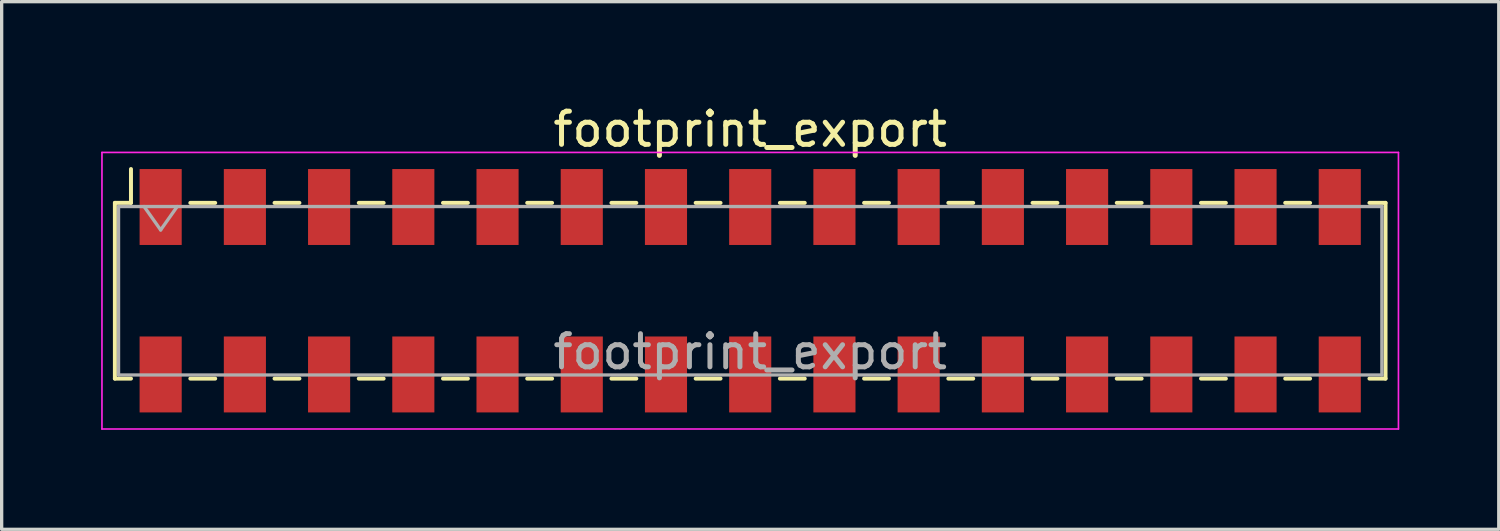
<source format=kicad_pcb>
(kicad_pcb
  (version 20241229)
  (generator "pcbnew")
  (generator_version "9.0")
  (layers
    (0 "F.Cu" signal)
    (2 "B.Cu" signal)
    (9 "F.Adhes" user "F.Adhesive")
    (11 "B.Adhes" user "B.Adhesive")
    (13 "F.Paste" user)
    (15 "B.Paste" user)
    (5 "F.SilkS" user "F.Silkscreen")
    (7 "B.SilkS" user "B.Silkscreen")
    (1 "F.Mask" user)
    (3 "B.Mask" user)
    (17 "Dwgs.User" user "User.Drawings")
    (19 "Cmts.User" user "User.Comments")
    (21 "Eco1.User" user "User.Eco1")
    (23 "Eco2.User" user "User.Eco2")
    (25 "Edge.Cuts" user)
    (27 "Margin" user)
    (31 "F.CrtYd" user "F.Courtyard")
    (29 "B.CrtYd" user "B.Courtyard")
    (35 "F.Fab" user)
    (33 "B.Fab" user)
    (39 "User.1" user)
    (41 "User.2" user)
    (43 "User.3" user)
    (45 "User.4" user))
  (footprint "footprint_export"
    (layer "F.Cu")
    (at 19.575 5.718)
    (property "Reference" "footprint_export" (at 0 -4.87 0) (layer "F.SilkS") (effects (font (size 1 1) (thickness 0.15))))
    (attr smd)
    (fp_line (start -19.16 -2.65) (end -19.16 2.65) (stroke (width 0.12) (type solid)) (layer "F.SilkS"))
    (fp_line (start -19.16 2.65) (end -18.675 2.65) (stroke (width 0.12) (type solid)) (layer "F.SilkS"))
    (fp_line (start -18.675 -3.67) (end -18.675 -2.65) (stroke (width 0.12) (type solid)) (layer "F.SilkS"))
    (fp_line (start -18.675 -2.65) (end -19.16 -2.65) (stroke (width 0.12) (type solid)) (layer "F.SilkS"))
    (fp_line (start -16.885 -2.65) (end -16.135 -2.65) (stroke (width 0.12) (type solid)) (layer "F.SilkS"))
    (fp_line (start -16.885 2.65) (end -16.135 2.65) (stroke (width 0.12) (type solid)) (layer "F.SilkS"))
    (fp_line (start -14.345 -2.65) (end -13.595 -2.65) (stroke (width 0.12) (type solid)) (layer "F.SilkS"))
    (fp_line (start -14.345 2.65) (end -13.595 2.65) (stroke (width 0.12) (type solid)) (layer "F.SilkS"))
    (fp_line (start -11.805 -2.65) (end -11.055 -2.65) (stroke (width 0.12) (type solid)) (layer "F.SilkS"))
    (fp_line (start -11.805 2.65) (end -11.055 2.65) (stroke (width 0.12) (type solid)) (layer "F.SilkS"))
    (fp_line (start -9.265 -2.65) (end -8.515 -2.65) (stroke (width 0.12) (type solid)) (layer "F.SilkS"))
    (fp_line (start -9.265 2.65) (end -8.515 2.65) (stroke (width 0.12) (type solid)) (layer "F.SilkS"))
    (fp_line (start -6.725 -2.65) (end -5.975 -2.65) (stroke (width 0.12) (type solid)) (layer "F.SilkS"))
    (fp_line (start -6.725 2.65) (end -5.975 2.65) (stroke (width 0.12) (type solid)) (layer "F.SilkS"))
    (fp_line (start -4.185 -2.65) (end -3.435 -2.65) (stroke (width 0.12) (type solid)) (layer "F.SilkS"))
    (fp_line (start -4.185 2.65) (end -3.435 2.65) (stroke (width 0.12) (type solid)) (layer "F.SilkS"))
    (fp_line (start -1.645 -2.65) (end -0.895 -2.65) (stroke (width 0.12) (type solid)) (layer "F.SilkS"))
    (fp_line (start -1.645 2.65) (end -0.895 2.65) (stroke (width 0.12) (type solid)) (layer "F.SilkS"))
    (fp_line (start 0.895 -2.65) (end 1.645 -2.65) (stroke (width 0.12) (type solid)) (layer "F.SilkS"))
    (fp_line (start 0.895 2.65) (end 1.645 2.65) (stroke (width 0.12) (type solid)) (layer "F.SilkS"))
    (fp_line (start 3.435 -2.65) (end 4.185 -2.65) (stroke (width 0.12) (type solid)) (layer "F.SilkS"))
    (fp_line (start 3.435 2.65) (end 4.185 2.65) (stroke (width 0.12) (type solid)) (layer "F.SilkS"))
    (fp_line (start 5.975 -2.65) (end 6.725 -2.65) (stroke (width 0.12) (type solid)) (layer "F.SilkS"))
    (fp_line (start 5.975 2.65) (end 6.725 2.65) (stroke (width 0.12) (type solid)) (layer "F.SilkS"))
    (fp_line (start 8.515 -2.65) (end 9.265 -2.65) (stroke (width 0.12) (type solid)) (layer "F.SilkS"))
    (fp_line (start 8.515 2.65) (end 9.265 2.65) (stroke (width 0.12) (type solid)) (layer "F.SilkS"))
    (fp_line (start 11.055 -2.65) (end 11.805 -2.65) (stroke (width 0.12) (type solid)) (layer "F.SilkS"))
    (fp_line (start 11.055 2.65) (end 11.805 2.65) (stroke (width 0.12) (type solid)) (layer "F.SilkS"))
    (fp_line (start 13.595 -2.65) (end 14.345 -2.65) (stroke (width 0.12) (type solid)) (layer "F.SilkS"))
    (fp_line (start 13.595 2.65) (end 14.345 2.65) (stroke (width 0.12) (type solid)) (layer "F.SilkS"))
    (fp_line (start 16.135 -2.65) (end 16.885 -2.65) (stroke (width 0.12) (type solid)) (layer "F.SilkS"))
    (fp_line (start 16.135 2.65) (end 16.885 2.65) (stroke (width 0.12) (type solid)) (layer "F.SilkS"))
    (fp_line (start 18.675 -2.65) (end 19.16 -2.65) (stroke (width 0.12) (type solid)) (layer "F.SilkS"))
    (fp_line (start 19.16 -2.65) (end 19.16 2.65) (stroke (width 0.12) (type solid)) (layer "F.SilkS"))
    (fp_line (start 19.16 2.65) (end 18.675 2.65) (stroke (width 0.12) (type solid)) (layer "F.SilkS"))
    (fp_line (start -19.55 -4.17) (end 19.55 -4.17) (stroke (width 0.05) (type solid)) (layer "F.CrtYd"))
    (fp_line (start -19.55 4.17) (end -19.55 -4.17) (stroke (width 0.05) (type solid)) (layer "F.CrtYd"))
    (fp_line (start 19.55 -4.17) (end 19.55 4.17) (stroke (width 0.05) (type solid)) (layer "F.CrtYd"))
    (fp_line (start 19.55 4.17) (end -19.55 4.17) (stroke (width 0.05) (type solid)) (layer "F.CrtYd"))
    (fp_line (start -19.05 -2.54) (end 19.05 -2.54) (stroke (width 0.1) (type solid)) (layer "F.Fab"))
    (fp_line (start -19.05 2.54) (end -19.05 -2.54) (stroke (width 0.1) (type solid)) (layer "F.Fab"))
    (fp_line (start -18.28 -2.54) (end -17.78 -1.833) (stroke (width 0.1) (type solid)) (layer "F.Fab"))
    (fp_line (start -17.78 -1.833) (end -17.28 -2.54) (stroke (width 0.1) (type solid)) (layer "F.Fab"))
    (fp_line (start 19.05 -2.54) (end 19.05 2.54) (stroke (width 0.1) (type solid)) (layer "F.Fab"))
    (fp_line (start 19.05 2.54) (end -19.05 2.54) (stroke (width 0.1) (type solid)) (layer "F.Fab"))
    (fp_text user "${REFERENCE}" (at 0 1.84 0) (layer "F.Fab") (effects (font (size 1 1) (thickness 0.15))))
    (pad "1" smd rect (at -17.78 -2.525) (size 1.27 2.29) (layers "F.Cu" "F.Mask" "F.Paste"))
    (pad "2" smd rect (at -17.78 2.525) (size 1.27 2.29) (layers "F.Cu" "F.Mask" "F.Paste"))
    (pad "3" smd rect (at -15.24 -2.525) (size 1.27 2.29) (layers "F.Cu" "F.Mask" "F.Paste"))
    (pad "4" smd rect (at -15.24 2.525) (size 1.27 2.29) (layers "F.Cu" "F.Mask" "F.Paste"))
    (pad "5" smd rect (at -12.7 -2.525) (size 1.27 2.29) (layers "F.Cu" "F.Mask" "F.Paste"))
    (pad "6" smd rect (at -12.7 2.525) (size 1.27 2.29) (layers "F.Cu" "F.Mask" "F.Paste"))
    (pad "7" smd rect (at -10.16 -2.525) (size 1.27 2.29) (layers "F.Cu" "F.Mask" "F.Paste"))
    (pad "8" smd rect (at -10.16 2.525) (size 1.27 2.29) (layers "F.Cu" "F.Mask" "F.Paste"))
    (pad "9" smd rect (at -7.62 -2.525) (size 1.27 2.29) (layers "F.Cu" "F.Mask" "F.Paste"))
    (pad "10" smd rect (at -7.62 2.525) (size 1.27 2.29) (layers "F.Cu" "F.Mask" "F.Paste"))
    (pad "11" smd rect (at -5.08 -2.525) (size 1.27 2.29) (layers "F.Cu" "F.Mask" "F.Paste"))
    (pad "12" smd rect (at -5.08 2.525) (size 1.27 2.29) (layers "F.Cu" "F.Mask" "F.Paste"))
    (pad "13" smd rect (at -2.54 -2.525) (size 1.27 2.29) (layers "F.Cu" "F.Mask" "F.Paste"))
    (pad "14" smd rect (at -2.54 2.525) (size 1.27 2.29) (layers "F.Cu" "F.Mask" "F.Paste"))
    (pad "15" smd rect (at 0 -2.525) (size 1.27 2.29) (layers "F.Cu" "F.Mask" "F.Paste"))
    (pad "16" smd rect (at 0 2.525) (size 1.27 2.29) (layers "F.Cu" "F.Mask" "F.Paste"))
    (pad "17" smd rect (at 2.54 -2.525) (size 1.27 2.29) (layers "F.Cu" "F.Mask" "F.Paste"))
    (pad "18" smd rect (at 2.54 2.525) (size 1.27 2.29) (layers "F.Cu" "F.Mask" "F.Paste"))
    (pad "19" smd rect (at 5.08 -2.525) (size 1.27 2.29) (layers "F.Cu" "F.Mask" "F.Paste"))
    (pad "20" smd rect (at 5.08 2.525) (size 1.27 2.29) (layers "F.Cu" "F.Mask" "F.Paste"))
    (pad "21" smd rect (at 7.62 -2.525) (size 1.27 2.29) (layers "F.Cu" "F.Mask" "F.Paste"))
    (pad "22" smd rect (at 7.62 2.525) (size 1.27 2.29) (layers "F.Cu" "F.Mask" "F.Paste"))
    (pad "23" smd rect (at 10.16 -2.525) (size 1.27 2.29) (layers "F.Cu" "F.Mask" "F.Paste"))
    (pad "24" smd rect (at 10.16 2.525) (size 1.27 2.29) (layers "F.Cu" "F.Mask" "F.Paste"))
    (pad "25" smd rect (at 12.7 -2.525) (size 1.27 2.29) (layers "F.Cu" "F.Mask" "F.Paste"))
    (pad "26" smd rect (at 12.7 2.525) (size 1.27 2.29) (layers "F.Cu" "F.Mask" "F.Paste"))
    (pad "27" smd rect (at 15.24 -2.525) (size 1.27 2.29) (layers "F.Cu" "F.Mask" "F.Paste"))
    (pad "28" smd rect (at 15.24 2.525) (size 1.27 2.29) (layers "F.Cu" "F.Mask" "F.Paste"))
    (pad "29" smd rect (at 17.78 -2.525) (size 1.27 2.29) (layers "F.Cu" "F.Mask" "F.Paste"))
    (pad "30" smd rect (at 17.78 2.525) (size 1.27 2.29) (layers "F.Cu" "F.Mask" "F.Paste")))
  (gr_rect
    (start -3 -3)
    (end 42.15 12.913)
    (stroke (width 0.1) (type default))
    (fill no)
    (layer "Edge.Cuts")))
</source>
